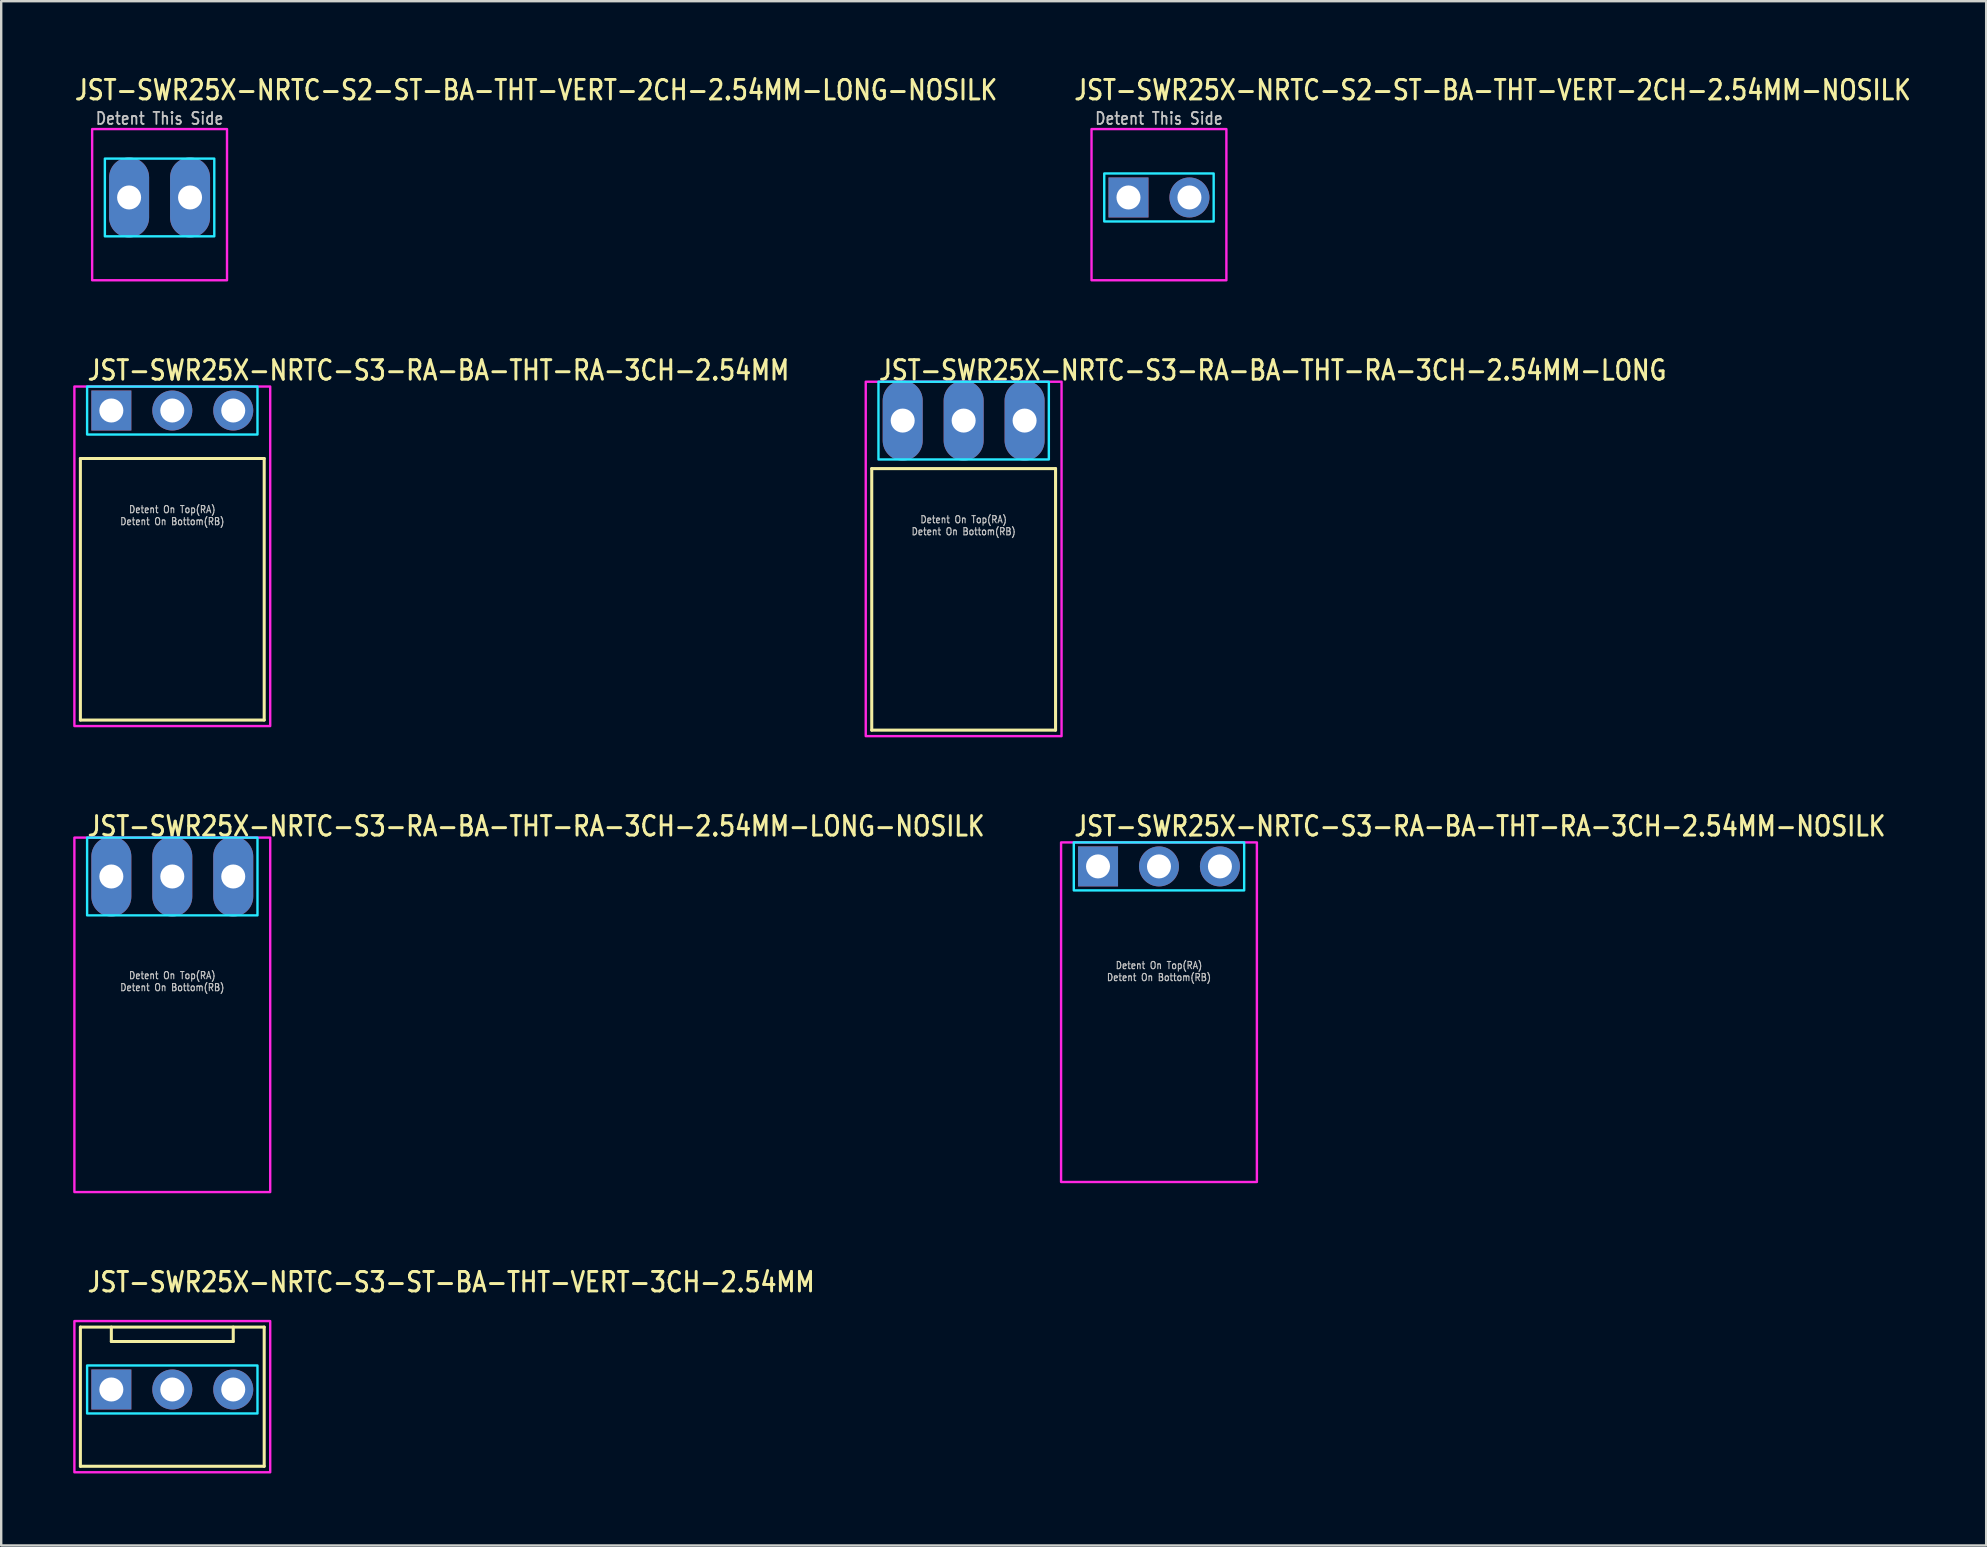
<source format=kicad_pcb>
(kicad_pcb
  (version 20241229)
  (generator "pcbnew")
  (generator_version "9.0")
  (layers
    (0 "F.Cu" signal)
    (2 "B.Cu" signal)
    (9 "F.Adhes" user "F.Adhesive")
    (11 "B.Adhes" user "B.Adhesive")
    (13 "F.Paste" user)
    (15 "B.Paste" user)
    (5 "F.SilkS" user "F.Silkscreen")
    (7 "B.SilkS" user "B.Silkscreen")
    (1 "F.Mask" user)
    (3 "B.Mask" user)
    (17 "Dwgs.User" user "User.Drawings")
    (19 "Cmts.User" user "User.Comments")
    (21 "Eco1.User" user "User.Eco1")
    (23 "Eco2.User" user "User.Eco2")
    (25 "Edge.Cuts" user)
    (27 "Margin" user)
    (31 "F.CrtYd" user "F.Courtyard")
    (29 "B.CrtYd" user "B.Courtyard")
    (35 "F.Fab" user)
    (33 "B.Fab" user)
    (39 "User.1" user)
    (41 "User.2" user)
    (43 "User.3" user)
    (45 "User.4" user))
  (footprint "JST-SWR25X-NRTC-S3-RA-BA-THT-RA-3CH-2.54MM-NOSILK"
    (layer "F.Cu")
    (at 45.248 33.056)
    (property "Reference" "JST-SWR25X-NRTC-S3-RA-BA-THT-RA-3CH-2.54MM-NOSILK" (at -3.6 -1.2 0) (unlocked yes) (layer "F.SilkS") (effects (font (size 0.813 0.695) (thickness 0.122)) (justify left bottom)))
    (fp_poly (pts (xy -3.55 -1) (xy -3.55 1) (xy 3.55 1) (xy 3.55 -1)) (stroke (width 0.1) (type solid)) (fill no) (layer "B.CrtYd"))
    (fp_poly (pts (xy -4.08 -1) (xy -4.08 13.15) (xy 4.08 13.15) (xy 4.08 -1)) (stroke (width 0.1) (type solid)) (fill no) (layer "F.CrtYd"))
    (fp_text user "Detent On Top(RA)" (at 0 4.3 0) (unlocked yes) (layer "Dwgs.User") (effects (font (size 0.3 0.257) (thickness 0.045)) (justify bottom)))
    (fp_text user "Detent On Bottom(RB)" (at 0 4.8 0) (unlocked yes) (layer "Dwgs.User") (effects (font (size 0.3 0.257) (thickness 0.045)) (justify bottom)))
    (pad "1" thru_hole rect (at -2.54 0) (size 1.667 1.667) (drill 1) (layers "*.Cu" "*.Mask"))
    (pad "2" thru_hole oval (at 0 0) (size 1.667 1.667) (drill 1) (layers "*.Cu" "*.Mask"))
    (pad "3" thru_hole oval (at 2.54 0) (size 1.667 1.667) (drill 1) (layers "*.Cu" "*.Mask")))
  (footprint "JST-SWR25X-NRTC-S2-ST-BA-THT-VERT-2CH-2.54MM-LONG-NOSILK"
    (layer "F.Cu")
    (at 3.6 5.179)
    (property "Reference" "JST-SWR25X-NRTC-S2-ST-BA-THT-VERT-2CH-2.54MM-LONG-NOSILK" (at -3.6 -4 0) (unlocked yes) (layer "F.SilkS") (effects (font (size 0.813 0.695) (thickness 0.122)) (justify left bottom)))
    (fp_poly (pts (xy -2.28 -1.62) (xy -2.28 1.62) (xy 2.28 1.62) (xy 2.28 -1.62)) (stroke (width 0.1) (type solid)) (fill no) (layer "B.CrtYd"))
    (fp_poly (pts (xy -2.81 -2.85) (xy -2.81 3.45) (xy 2.81 3.45) (xy 2.81 -2.85)) (stroke (width 0.1) (type solid)) (fill no) (layer "F.CrtYd"))
    (fp_text user "Detent This Side" (at 0 -3 0) (unlocked yes) (layer "Dwgs.User") (effects (font (size 0.5 0.427) (thickness 0.075)) (justify bottom)))
    (pad "1" thru_hole oval (at -1.27 0 90) (size 3.333 1.667) (drill 1) (layers "*.Cu" "*.Mask"))
    (pad "2" thru_hole oval (at 1.27 0 90) (size 3.333 1.667) (drill 1) (layers "*.Cu" "*.Mask")))
  (footprint "JST-SWR25X-NRTC-S3-RA-BA-THT-RA-3CH-2.54MM"
    (layer "F.Cu")
    (at 4.13 14.057)
    (property "Reference" "JST-SWR25X-NRTC-S3-RA-BA-THT-RA-3CH-2.54MM" (at -3.6 -1.2 0) (unlocked yes) (layer "F.SilkS") (effects (font (size 0.813 0.695) (thickness 0.122)) (justify left bottom)))
    (fp_line (start -3.83 2) (end 3.83 2) (stroke (width 0.127) (type solid)) (layer "F.SilkS"))
    (fp_line (start -3.83 12.9) (end -3.83 2) (stroke (width 0.127) (type solid)) (layer "F.SilkS"))
    (fp_line (start -3.83 12.9) (end 3.83 12.9) (stroke (width 0.127) (type solid)) (layer "F.SilkS"))
    (fp_line (start 3.83 2) (end 3.83 12.9) (stroke (width 0.127) (type solid)) (layer "F.SilkS"))
    (fp_poly (pts (xy -3.55 -1) (xy -3.55 1) (xy 3.55 1) (xy 3.55 -1)) (stroke (width 0.1) (type solid)) (fill no) (layer "B.CrtYd"))
    (fp_poly (pts (xy -4.08 -1) (xy -4.08 13.15) (xy 4.08 13.15) (xy 4.08 -1)) (stroke (width 0.1) (type solid)) (fill no) (layer "F.CrtYd"))
    (fp_text user "Detent On Top(RA)" (at 0 4.3 0) (unlocked yes) (layer "Dwgs.User") (effects (font (size 0.3 0.257) (thickness 0.045)) (justify bottom)))
    (fp_text user "Detent On Bottom(RB)" (at 0 4.8 0) (unlocked yes) (layer "Dwgs.User") (effects (font (size 0.3 0.257) (thickness 0.045)) (justify bottom)))
    (pad "1" thru_hole rect (at -2.54 0) (size 1.667 1.667) (drill 1) (layers "*.Cu" "*.Mask"))
    (pad "2" thru_hole oval (at 0 0) (size 1.667 1.667) (drill 1) (layers "*.Cu" "*.Mask"))
    (pad "3" thru_hole oval (at 2.54 0) (size 1.667 1.667) (drill 1) (layers "*.Cu" "*.Mask")))
  (footprint "JST-SWR25X-NRTC-S3-RA-BA-THT-RA-3CH-2.54MM-LONG"
    (layer "F.Cu")
    (at 37.108 14.477)
    (property "Reference" "JST-SWR25X-NRTC-S3-RA-BA-THT-RA-3CH-2.54MM-LONG" (at -3.6 -1.62 0) (unlocked yes) (layer "F.SilkS") (effects (font (size 0.813 0.695) (thickness 0.122)) (justify left bottom)))
    (fp_line (start -3.83 2) (end 3.83 2) (stroke (width 0.127) (type solid)) (layer "F.SilkS"))
    (fp_line (start -3.83 12.9) (end -3.83 2) (stroke (width 0.127) (type solid)) (layer "F.SilkS"))
    (fp_line (start -3.83 12.9) (end 3.83 12.9) (stroke (width 0.127) (type solid)) (layer "F.SilkS"))
    (fp_line (start 3.83 2) (end 3.83 12.9) (stroke (width 0.127) (type solid)) (layer "F.SilkS"))
    (fp_poly (pts (xy -3.55 -1.62) (xy -3.55 1.62) (xy 3.55 1.62) (xy 3.55 -1.62)) (stroke (width 0.1) (type solid)) (fill no) (layer "B.CrtYd"))
    (fp_poly (pts (xy -4.08 -1.62) (xy -4.08 13.15) (xy 4.08 13.15) (xy 4.08 -1.62)) (stroke (width 0.1) (type solid)) (fill no) (layer "F.CrtYd"))
    (fp_text user "Detent On Top(RA)" (at 0 4.3 0) (unlocked yes) (layer "Dwgs.User") (effects (font (size 0.3 0.257) (thickness 0.045)) (justify bottom)))
    (fp_text user "Detent On Bottom(RB)" (at 0 4.8 0) (unlocked yes) (layer "Dwgs.User") (effects (font (size 0.3 0.257) (thickness 0.045)) (justify bottom)))
    (pad "1" thru_hole oval (at -2.54 0 90) (size 3.333 1.667) (drill 1) (layers "*.Cu" "*.Mask"))
    (pad "2" thru_hole oval (at 0 0 90) (size 3.333 1.667) (drill 1) (layers "*.Cu" "*.Mask"))
    (pad "3" thru_hole oval (at 2.54 0 90) (size 3.333 1.667) (drill 1) (layers "*.Cu" "*.Mask")))
  (footprint "JST-SWR25X-NRTC-S2-ST-BA-THT-VERT-2CH-2.54MM-NOSILK"
    (layer "F.Cu")
    (at 45.247 5.179)
    (property "Reference" "JST-SWR25X-NRTC-S2-ST-BA-THT-VERT-2CH-2.54MM-NOSILK" (at -3.6 -4 0) (unlocked yes) (layer "F.SilkS") (effects (font (size 0.813 0.695) (thickness 0.122)) (justify left bottom)))
    (fp_poly (pts (xy -2.28 -1) (xy -2.28 1) (xy 2.28 1) (xy 2.28 -1)) (stroke (width 0.1) (type solid)) (fill no) (layer "B.CrtYd"))
    (fp_poly (pts (xy -2.81 -2.85) (xy -2.81 3.45) (xy 2.81 3.45) (xy 2.81 -2.85)) (stroke (width 0.1) (type solid)) (fill no) (layer "F.CrtYd"))
    (fp_text user "Detent This Side" (at 0 -3 0) (unlocked yes) (layer "Dwgs.User") (effects (font (size 0.5 0.427) (thickness 0.075)) (justify bottom)))
    (pad "1" thru_hole rect (at -1.27 0) (size 1.667 1.667) (drill 1) (layers "*.Cu" "*.Mask"))
    (pad "2" thru_hole oval (at 1.27 0) (size 1.667 1.667) (drill 1) (layers "*.Cu" "*.Mask")))
  (footprint "JST-SWR25X-NRTC-S3-ST-BA-THT-VERT-3CH-2.54MM"
    (layer "F.Cu")
    (at 4.13 54.854)
    (property "Reference" "JST-SWR25X-NRTC-S3-ST-BA-THT-VERT-3CH-2.54MM" (at -3.6 -4 0) (unlocked yes) (layer "F.SilkS") (effects (font (size 0.813 0.695) (thickness 0.122)) (justify left bottom)))
    (fp_line (start -3.83 -2.6) (end 3.83 -2.6) (stroke (width 0.127) (type solid)) (layer "F.SilkS"))
    (fp_line (start -3.83 3.2) (end -3.83 -2.6) (stroke (width 0.127) (type solid)) (layer "F.SilkS"))
    (fp_line (start -3.83 3.2) (end 3.83 3.2) (stroke (width 0.127) (type solid)) (layer "F.SilkS"))
    (fp_line (start -2.54 -2.6) (end -2.54 -2) (stroke (width 0.127) (type solid)) (layer "F.SilkS"))
    (fp_line (start -2.54 -2) (end 2.54 -2) (stroke (width 0.127) (type solid)) (layer "F.SilkS"))
    (fp_line (start 2.54 -2.6) (end 2.54 -2) (stroke (width 0.127) (type solid)) (layer "F.SilkS"))
    (fp_line (start 3.83 -2.6) (end 3.83 3.2) (stroke (width 0.127) (type solid)) (layer "F.SilkS"))
    (fp_poly (pts (xy -3.55 -1) (xy -3.55 1) (xy 3.55 1) (xy 3.55 -1)) (stroke (width 0.1) (type solid)) (fill no) (layer "B.CrtYd"))
    (fp_poly (pts (xy -4.08 -2.85) (xy -4.08 3.45) (xy 4.08 3.45) (xy 4.08 -2.85)) (stroke (width 0.1) (type solid)) (fill no) (layer "F.CrtYd"))
    (pad "1" thru_hole rect (at -2.54 0) (size 1.667 1.667) (drill 1) (layers "*.Cu" "*.Mask"))
    (pad "2" thru_hole oval (at 0 0) (size 1.667 1.667) (drill 1) (layers "*.Cu" "*.Mask"))
    (pad "3" thru_hole oval (at 2.54 0) (size 1.667 1.667) (drill 1) (layers "*.Cu" "*.Mask")))
  (footprint "JST-SWR25X-NRTC-S3-RA-BA-THT-RA-3CH-2.54MM-LONG-NOSILK"
    (layer "F.Cu")
    (at 4.13 33.476)
    (property "Reference" "JST-SWR25X-NRTC-S3-RA-BA-THT-RA-3CH-2.54MM-LONG-NOSILK" (at -3.6 -1.62 0) (unlocked yes) (layer "F.SilkS") (effects (font (size 0.813 0.695) (thickness 0.122)) (justify left bottom)))
    (fp_poly (pts (xy -3.55 -1.62) (xy -3.55 1.62) (xy 3.55 1.62) (xy 3.55 -1.62)) (stroke (width 0.1) (type solid)) (fill no) (layer "B.CrtYd"))
    (fp_poly (pts (xy -4.08 -1.62) (xy -4.08 13.15) (xy 4.08 13.15) (xy 4.08 -1.62)) (stroke (width 0.1) (type solid)) (fill no) (layer "F.CrtYd"))
    (fp_text user "Detent On Bottom(RB)" (at 0 4.8 0) (unlocked yes) (layer "Dwgs.User") (effects (font (size 0.3 0.257) (thickness 0.045)) (justify bottom)))
    (fp_text user "Detent On Top(RA)" (at 0 4.3 0) (unlocked yes) (layer "Dwgs.User") (effects (font (size 0.3 0.257) (thickness 0.045)) (justify bottom)))
    (pad "1" thru_hole oval (at -2.54 0 90) (size 3.333 1.667) (drill 1) (layers "*.Cu" "*.Mask"))
    (pad "2" thru_hole oval (at 0 0 90) (size 3.333 1.667) (drill 1) (layers "*.Cu" "*.Mask"))
    (pad "3" thru_hole oval (at 2.54 0 90) (size 3.333 1.667) (drill 1) (layers "*.Cu" "*.Mask")))
  (gr_rect
    (start -3 -3)
    (end 79.72 61.354)
    (stroke (width 0.1) (type default))
    (fill no)
    (layer "Edge.Cuts")))
</source>
